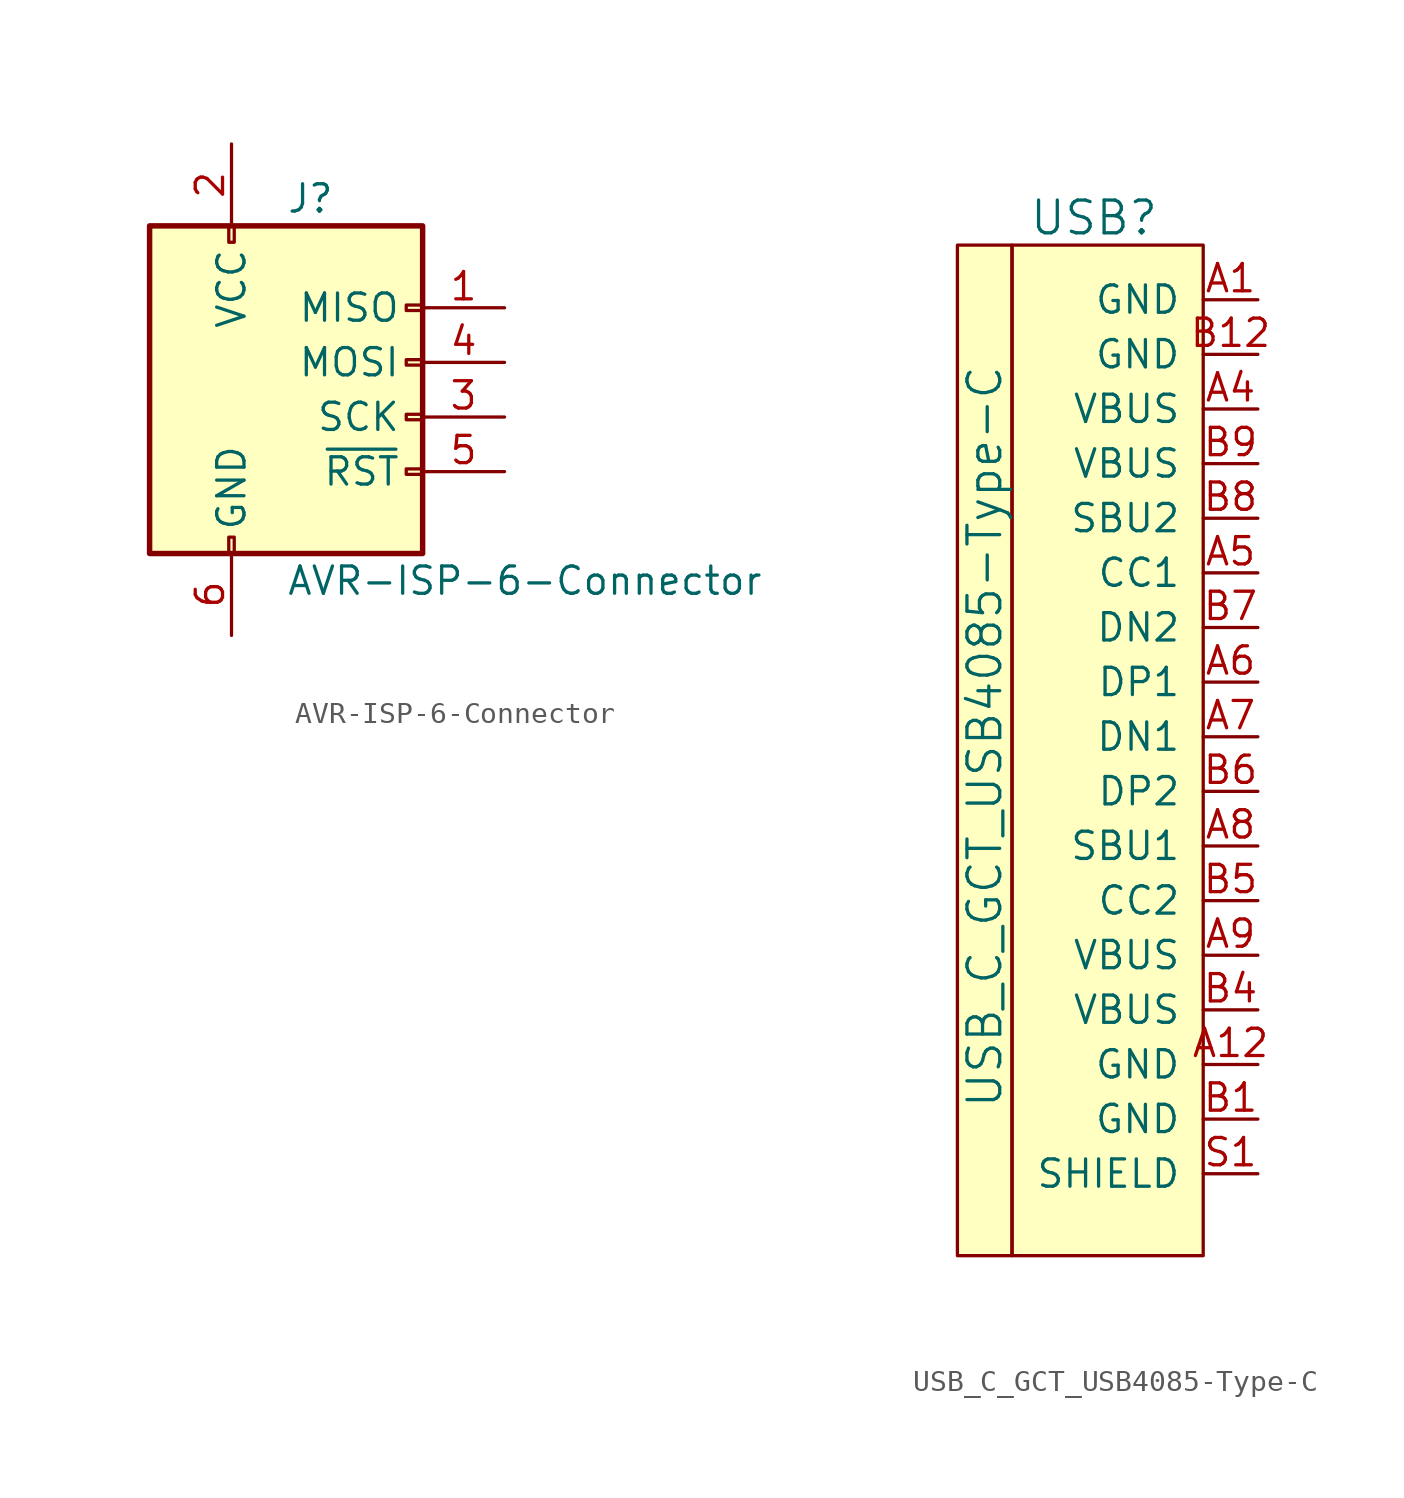
<source format=kicad_sym>
(kicad_symbol_lib
  (version 20211014)
  (generator kicad_symbol_editor)
  (symbol "AVR-ISP-6-Connector"
    (pin_names
      (offset 1.016))
    (property "Reference" "J"
      (at 0 10.16 0)
      (effects (font (size 1.27 1.27)) (justify left)))
    (property "Value" "AVR-ISP-6-Connector"
      (at 0 -7.62 0)
      (effects (font (size 1.27 1.27)) (justify left)))
    (symbol "AVR-ISP-6-Connector_0_1"
      (rectangle (start -2.667 -5.588) (end -2.413 -6.35) (stroke (width 0) (type default) (color 0 0 0 0)) (fill (type none)))
      (rectangle (start -2.667 8.89) (end -2.413 8.128) (stroke (width 0) (type default) (color 0 0 0 0)) (fill (type none)))
      (rectangle (start 6.35 -2.413) (end 5.588 -2.667) (stroke (width 0) (type default) (color 0 0 0 0)) (fill (type none)))
      (rectangle (start 6.35 0.127) (end 5.588 -0.127) (stroke (width 0) (type default) (color 0 0 0 0)) (fill (type none)))
      (rectangle (start 6.35 2.667) (end 5.588 2.413) (stroke (width 0) (type default) (color 0 0 0 0)) (fill (type none)))
      (rectangle (start 6.35 5.207) (end 5.588 4.953) (stroke (width 0) (type default) (color 0 0 0 0)) (fill (type none)))
      (rectangle (start 6.35 8.89) (end -6.35 -6.35) (stroke (width 0.254) (type default) (color 0 0 0 0)) (fill (type background))))
    (symbol "AVR-ISP-6-Connector_1_1"
      (pin passive line (at 10.16 5.08 180) (length 3.81) (name "MISO" (effects (font (size 1.27 1.27)))) (number "1" (effects (font (size 1.27 1.27)))))
      (pin power_in line (at -2.54 12.7 270) (length 3.81) (name "VCC" (effects (font (size 1.27 1.27)))) (number "2" (effects (font (size 1.27 1.27)))))
      (pin passive line (at 10.16 0 180) (length 3.81) (name "SCK" (effects (font (size 1.27 1.27)))) (number "3" (effects (font (size 1.27 1.27)))))
      (pin passive line (at 10.16 2.54 180) (length 3.81) (name "MOSI" (effects (font (size 1.27 1.27)))) (number "4" (effects (font (size 1.27 1.27)))))
      (pin passive line (at 10.16 -2.54 180) (length 3.81) (name "~{RST}" (effects (font (size 1.27 1.27)))) (number "5" (effects (font (size 1.27 1.27)))))
      (pin power_in line (at -2.54 -10.16 90) (length 3.81) (name "GND" (effects (font (size 1.27 1.27)))) (number "6" (effects (font (size 1.27 1.27)))))))
  (symbol "USB_C_GCT_USB4085-Type-C"
    (pin_names
      (offset 1.016))
    (property "Reference" "USB"
      (at -5.08 22.86 0)
      (effects (font (size 1.524 1.524))))
    (property "Value" "USB_C_GCT_USB4085-Type-C"
      (at -10.16 -1.27 90)
      (effects (font (size 1.524 1.524))))
    (symbol "USB_C_GCT_USB4085-Type-C_0_1"
      (rectangle (start -11.43 21.59) (end -8.89 -25.4) (stroke (width 0) (type default) (color 0 0 0 0)) (fill (type background)))
      (rectangle (start 0 -25.4) (end -8.89 21.59) (stroke (width 0) (type default) (color 0 0 0 0)) (fill (type background))))
    (symbol "USB_C_GCT_USB4085-Type-C_1_1"
      (pin input line (at 2.54 19.05 180) (length 2.54) (name "GND" (effects (font (size 1.27 1.27)))) (number "A1" (effects (font (size 1.27 1.27)))))
      (pin input line (at 2.54 -16.51 180) (length 2.54) (name "GND" (effects (font (size 1.27 1.27)))) (number "A12" (effects (font (size 1.27 1.27)))))
      (pin input line (at 2.54 13.97 180) (length 2.54) (name "VBUS" (effects (font (size 1.27 1.27)))) (number "A4" (effects (font (size 1.27 1.27)))))
      (pin input line (at 2.54 6.35 180) (length 2.54) (name "CC1" (effects (font (size 1.27 1.27)))) (number "A5" (effects (font (size 1.27 1.27)))))
      (pin input line (at 2.54 1.27 180) (length 2.54) (name "DP1" (effects (font (size 1.27 1.27)))) (number "A6" (effects (font (size 1.27 1.27)))))
      (pin input line (at 2.54 -1.27 180) (length 2.54) (name "DN1" (effects (font (size 1.27 1.27)))) (number "A7" (effects (font (size 1.27 1.27)))))
      (pin input line (at 2.54 -6.35 180) (length 2.54) (name "SBU1" (effects (font (size 1.27 1.27)))) (number "A8" (effects (font (size 1.27 1.27)))))
      (pin input line (at 2.54 -11.43 180) (length 2.54) (name "VBUS" (effects (font (size 1.27 1.27)))) (number "A9" (effects (font (size 1.27 1.27)))))
      (pin input line (at 2.54 -19.05 180) (length 2.54) (name "GND" (effects (font (size 1.27 1.27)))) (number "B1" (effects (font (size 1.27 1.27)))))
      (pin input line (at 2.54 16.51 180) (length 2.54) (name "GND" (effects (font (size 1.27 1.27)))) (number "B12" (effects (font (size 1.27 1.27)))))
      (pin input line (at 2.54 -13.97 180) (length 2.54) (name "VBUS" (effects (font (size 1.27 1.27)))) (number "B4" (effects (font (size 1.27 1.27)))))
      (pin input line (at 2.54 -8.89 180) (length 2.54) (name "CC2" (effects (font (size 1.27 1.27)))) (number "B5" (effects (font (size 1.27 1.27)))))
      (pin input line (at 2.54 -3.81 180) (length 2.54) (name "DP2" (effects (font (size 1.27 1.27)))) (number "B6" (effects (font (size 1.27 1.27)))))
      (pin input line (at 2.54 3.81 180) (length 2.54) (name "DN2" (effects (font (size 1.27 1.27)))) (number "B7" (effects (font (size 1.27 1.27)))))
      (pin input line (at 2.54 8.89 180) (length 2.54) (name "SBU2" (effects (font (size 1.27 1.27)))) (number "B8" (effects (font (size 1.27 1.27)))))
      (pin input line (at 2.54 11.43 180) (length 2.54) (name "VBUS" (effects (font (size 1.27 1.27)))) (number "B9" (effects (font (size 1.27 1.27)))))
      (pin input line (at 2.54 -21.59 180) (length 2.54) (name "SHIELD" (effects (font (size 1.27 1.27)))) (number "S1" (effects (font (size 1.27 1.27))))))))
</source>
